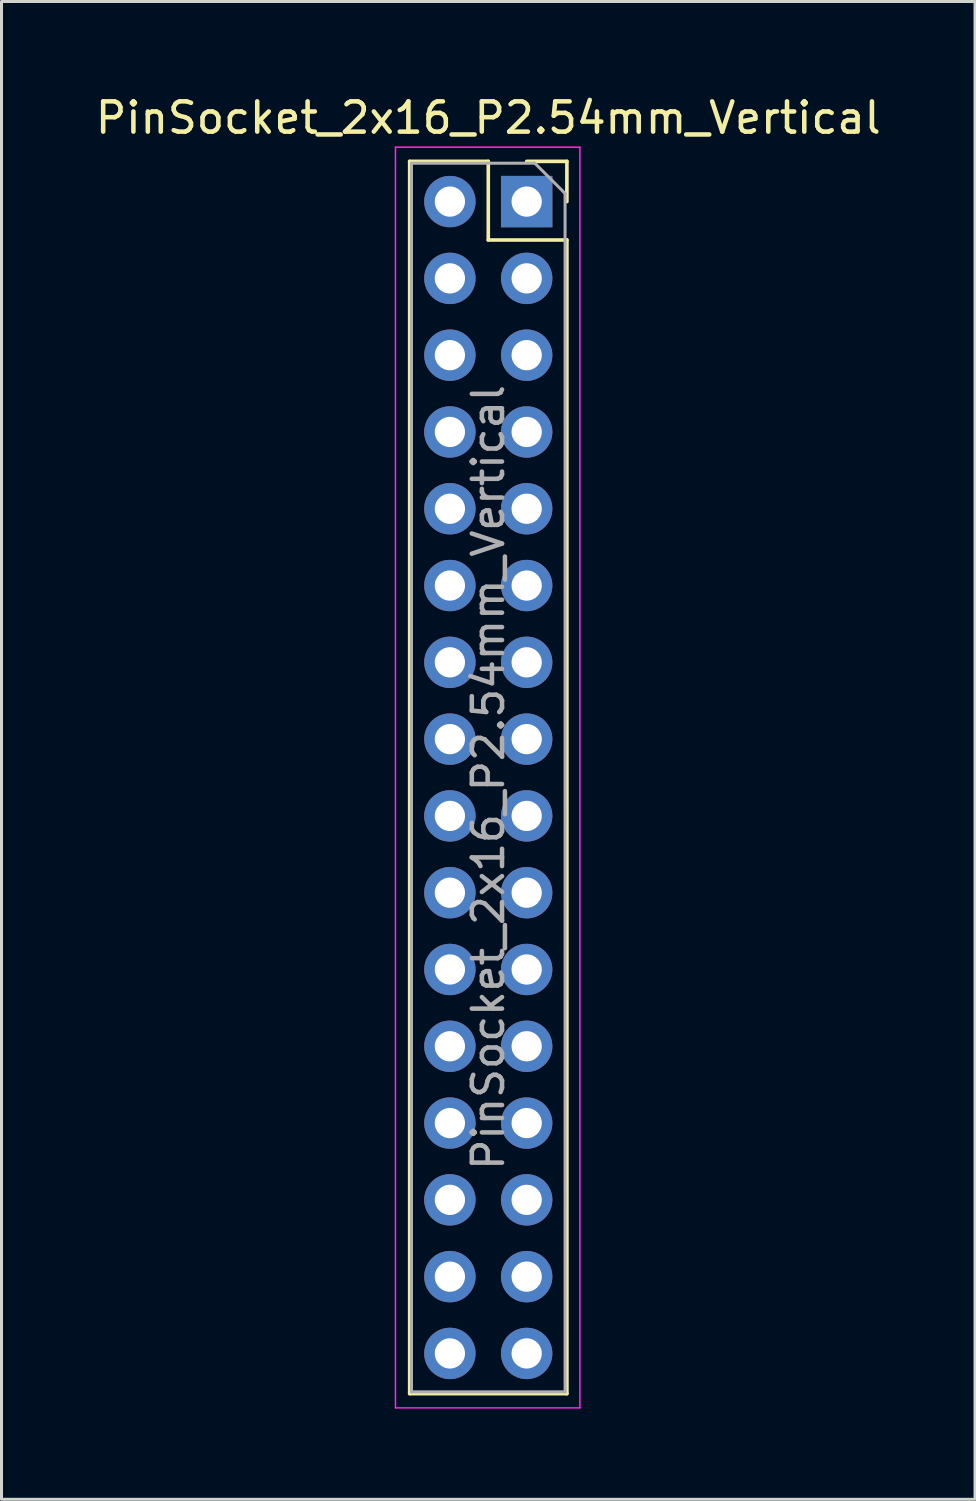
<source format=kicad_pcb>
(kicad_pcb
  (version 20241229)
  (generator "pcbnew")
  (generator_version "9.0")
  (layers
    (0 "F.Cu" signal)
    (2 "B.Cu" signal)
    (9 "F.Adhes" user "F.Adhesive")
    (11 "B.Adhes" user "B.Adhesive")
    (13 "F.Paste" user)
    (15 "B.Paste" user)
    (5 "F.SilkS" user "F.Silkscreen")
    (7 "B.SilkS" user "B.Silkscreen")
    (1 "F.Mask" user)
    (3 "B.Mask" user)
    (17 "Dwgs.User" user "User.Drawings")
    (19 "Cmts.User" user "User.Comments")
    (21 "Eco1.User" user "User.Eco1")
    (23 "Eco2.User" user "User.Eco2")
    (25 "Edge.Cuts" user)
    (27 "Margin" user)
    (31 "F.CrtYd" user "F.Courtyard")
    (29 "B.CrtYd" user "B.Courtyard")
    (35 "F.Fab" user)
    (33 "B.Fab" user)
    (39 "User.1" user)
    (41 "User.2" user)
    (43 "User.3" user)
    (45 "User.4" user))
  (footprint "PinSocket_2x16_P2.54mm_Vertical"
    (layer "F.Cu")
    (at 14.371 3.618)
    (property "Reference" "PinSocket_2x16_P2.54mm_Vertical" (at -1.27 -2.77 0) (layer "F.SilkS") (effects (font (size 1 1) (thickness 0.15))))
    (attr through_hole)
    (fp_line (start -3.87 -1.33) (end -3.87 39.43) (stroke (width 0.12) (type solid)) (layer "F.SilkS"))
    (fp_line (start -3.87 -1.33) (end -1.27 -1.33) (stroke (width 0.12) (type solid)) (layer "F.SilkS"))
    (fp_line (start -3.87 39.43) (end 1.33 39.43) (stroke (width 0.12) (type solid)) (layer "F.SilkS"))
    (fp_line (start -1.27 -1.33) (end -1.27 1.27) (stroke (width 0.12) (type solid)) (layer "F.SilkS"))
    (fp_line (start -1.27 1.27) (end 1.33 1.27) (stroke (width 0.12) (type solid)) (layer "F.SilkS"))
    (fp_line (start 0 -1.33) (end 1.33 -1.33) (stroke (width 0.12) (type solid)) (layer "F.SilkS"))
    (fp_line (start 1.33 -1.33) (end 1.33 0) (stroke (width 0.12) (type solid)) (layer "F.SilkS"))
    (fp_line (start 1.33 1.27) (end 1.33 39.43) (stroke (width 0.12) (type solid)) (layer "F.SilkS"))
    (fp_line (start -4.34 -1.8) (end 1.76 -1.8) (stroke (width 0.05) (type solid)) (layer "F.CrtYd"))
    (fp_line (start -4.34 39.9) (end -4.34 -1.8) (stroke (width 0.05) (type solid)) (layer "F.CrtYd"))
    (fp_line (start 1.76 -1.8) (end 1.76 39.9) (stroke (width 0.05) (type solid)) (layer "F.CrtYd"))
    (fp_line (start 1.76 39.9) (end -4.34 39.9) (stroke (width 0.05) (type solid)) (layer "F.CrtYd"))
    (fp_line (start -3.81 -1.27) (end 0.27 -1.27) (stroke (width 0.1) (type solid)) (layer "F.Fab"))
    (fp_line (start -3.81 39.37) (end -3.81 -1.27) (stroke (width 0.1) (type solid)) (layer "F.Fab"))
    (fp_line (start 0.27 -1.27) (end 1.27 -0.27) (stroke (width 0.1) (type solid)) (layer "F.Fab"))
    (fp_line (start 1.27 -0.27) (end 1.27 39.37) (stroke (width 0.1) (type solid)) (layer "F.Fab"))
    (fp_line (start 1.27 39.37) (end -3.81 39.37) (stroke (width 0.1) (type solid)) (layer "F.Fab"))
    (fp_text user "${REFERENCE}" (at -1.27 19.05 90) (layer "F.Fab") (effects (font (size 1 1) (thickness 0.15))))
    (pad "1" thru_hole rect (at 0 0) (size 1.7 1.7) (drill 1) (layers "*.Cu" "*.Mask"))
    (pad "2" thru_hole circle (at -2.54 0) (size 1.7 1.7) (drill 1) (layers "*.Cu" "*.Mask"))
    (pad "3" thru_hole circle (at 0 2.54) (size 1.7 1.7) (drill 1) (layers "*.Cu" "*.Mask"))
    (pad "4" thru_hole circle (at -2.54 2.54) (size 1.7 1.7) (drill 1) (layers "*.Cu" "*.Mask"))
    (pad "5" thru_hole circle (at 0 5.08) (size 1.7 1.7) (drill 1) (layers "*.Cu" "*.Mask"))
    (pad "6" thru_hole circle (at -2.54 5.08) (size 1.7 1.7) (drill 1) (layers "*.Cu" "*.Mask"))
    (pad "7" thru_hole circle (at 0 7.62) (size 1.7 1.7) (drill 1) (layers "*.Cu" "*.Mask"))
    (pad "8" thru_hole circle (at -2.54 7.62) (size 1.7 1.7) (drill 1) (layers "*.Cu" "*.Mask"))
    (pad "9" thru_hole circle (at 0 10.16) (size 1.7 1.7) (drill 1) (layers "*.Cu" "*.Mask"))
    (pad "10" thru_hole circle (at -2.54 10.16) (size 1.7 1.7) (drill 1) (layers "*.Cu" "*.Mask"))
    (pad "11" thru_hole circle (at 0 12.7) (size 1.7 1.7) (drill 1) (layers "*.Cu" "*.Mask"))
    (pad "12" thru_hole circle (at -2.54 12.7) (size 1.7 1.7) (drill 1) (layers "*.Cu" "*.Mask"))
    (pad "13" thru_hole circle (at 0 15.24) (size 1.7 1.7) (drill 1) (layers "*.Cu" "*.Mask"))
    (pad "14" thru_hole circle (at -2.54 15.24) (size 1.7 1.7) (drill 1) (layers "*.Cu" "*.Mask"))
    (pad "15" thru_hole circle (at 0 17.78) (size 1.7 1.7) (drill 1) (layers "*.Cu" "*.Mask"))
    (pad "16" thru_hole circle (at -2.54 17.78) (size 1.7 1.7) (drill 1) (layers "*.Cu" "*.Mask"))
    (pad "17" thru_hole circle (at 0 20.32) (size 1.7 1.7) (drill 1) (layers "*.Cu" "*.Mask"))
    (pad "18" thru_hole circle (at -2.54 20.32) (size 1.7 1.7) (drill 1) (layers "*.Cu" "*.Mask"))
    (pad "19" thru_hole circle (at 0 22.86) (size 1.7 1.7) (drill 1) (layers "*.Cu" "*.Mask"))
    (pad "20" thru_hole circle (at -2.54 22.86) (size 1.7 1.7) (drill 1) (layers "*.Cu" "*.Mask"))
    (pad "21" thru_hole circle (at 0 25.4) (size 1.7 1.7) (drill 1) (layers "*.Cu" "*.Mask"))
    (pad "22" thru_hole circle (at -2.54 25.4) (size 1.7 1.7) (drill 1) (layers "*.Cu" "*.Mask"))
    (pad "23" thru_hole circle (at 0 27.94) (size 1.7 1.7) (drill 1) (layers "*.Cu" "*.Mask"))
    (pad "24" thru_hole circle (at -2.54 27.94) (size 1.7 1.7) (drill 1) (layers "*.Cu" "*.Mask"))
    (pad "25" thru_hole circle (at 0 30.48) (size 1.7 1.7) (drill 1) (layers "*.Cu" "*.Mask"))
    (pad "26" thru_hole circle (at -2.54 30.48) (size 1.7 1.7) (drill 1) (layers "*.Cu" "*.Mask"))
    (pad "27" thru_hole circle (at 0 33.02) (size 1.7 1.7) (drill 1) (layers "*.Cu" "*.Mask"))
    (pad "28" thru_hole circle (at -2.54 33.02) (size 1.7 1.7) (drill 1) (layers "*.Cu" "*.Mask"))
    (pad "29" thru_hole circle (at 0 35.56) (size 1.7 1.7) (drill 1) (layers "*.Cu" "*.Mask"))
    (pad "30" thru_hole circle (at -2.54 35.56) (size 1.7 1.7) (drill 1) (layers "*.Cu" "*.Mask"))
    (pad "31" thru_hole circle (at 0 38.1) (size 1.7 1.7) (drill 1) (layers "*.Cu" "*.Mask"))
    (pad "32" thru_hole circle (at -2.54 38.1) (size 1.7 1.7) (drill 1) (layers "*.Cu" "*.Mask")))
  (gr_rect
    (start -3 -3)
    (end 29.202 46.543)
    (stroke (width 0.1) (type default))
    (fill no)
    (layer "Edge.Cuts")))
</source>
